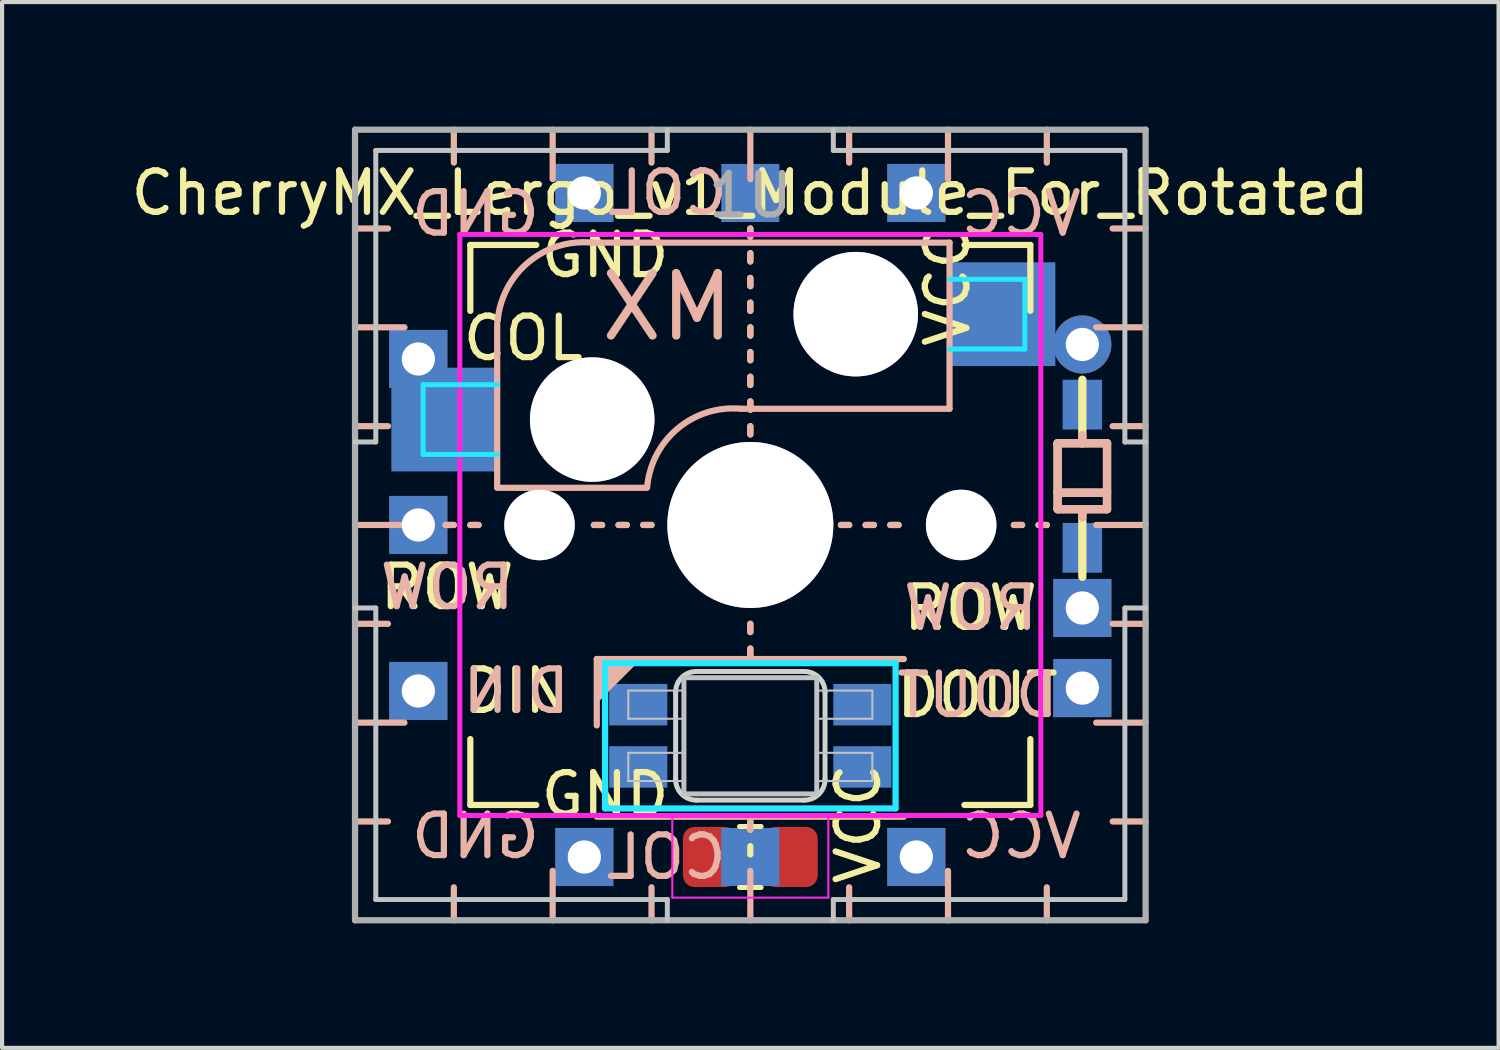
<source format=kicad_pcb>
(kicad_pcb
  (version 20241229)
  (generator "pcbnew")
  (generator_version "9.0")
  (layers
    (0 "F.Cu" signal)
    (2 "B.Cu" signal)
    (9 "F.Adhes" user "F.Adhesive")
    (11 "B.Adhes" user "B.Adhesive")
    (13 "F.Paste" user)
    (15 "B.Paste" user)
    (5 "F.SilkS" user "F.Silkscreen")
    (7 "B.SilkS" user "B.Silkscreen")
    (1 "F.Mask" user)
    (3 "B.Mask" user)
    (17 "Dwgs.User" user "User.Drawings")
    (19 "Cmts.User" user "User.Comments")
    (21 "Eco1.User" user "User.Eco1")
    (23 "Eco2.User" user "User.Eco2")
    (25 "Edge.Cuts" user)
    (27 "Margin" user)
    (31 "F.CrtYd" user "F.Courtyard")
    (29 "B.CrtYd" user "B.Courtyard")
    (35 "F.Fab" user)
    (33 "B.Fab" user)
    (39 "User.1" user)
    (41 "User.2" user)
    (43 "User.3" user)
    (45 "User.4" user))
  (footprint "CherryMX_Lergo_v1_Module_For_Rotated"
    (layer "F.Cu")
    (at 15.03 9.6)
    (property "Reference" "CherryMX_Lergo_v1_Module_For_Rotated" (at 0 -8 0) (unlocked yes) (layer "F.SilkS") (effects (font (size 1 1) (thickness 0.15))))
    (attr through_hole)
    (fp_line (start -7.342 0) (end -7.144 0) (stroke (width 0.15) (type solid)) (layer "F.SilkS"))
    (fp_line (start -6.747 0) (end -6.548 0) (stroke (width 0.15) (type solid)) (layer "F.SilkS"))
    (fp_line (start -6.747 -6.747) (end -5.159 -6.747) (stroke (width 0.15) (type solid)) (layer "F.SilkS"))
    (fp_line (start -6.747 -5.159) (end -6.747 -6.747) (stroke (width 0.15) (type solid)) (layer "F.SilkS"))
    (fp_line (start -6.747 6.747) (end -6.747 5.159) (stroke (width 0.15) (type solid)) (layer "F.SilkS"))
    (fp_line (start -5.159 6.747) (end -6.747 6.747) (stroke (width 0.15) (type solid)) (layer "F.SilkS"))
    (fp_line (start -3.77 0) (end -3.572 0) (stroke (width 0.15) (type solid)) (layer "F.SilkS"))
    (fp_line (start -3.175 0) (end -2.977 0) (stroke (width 0.15) (type solid)) (layer "F.SilkS"))
    (fp_line (start -2.58 0) (end -2.381 0) (stroke (width 0.15) (type solid)) (layer "F.SilkS"))
    (fp_line (start 0 -6.945) (end 0 -7.144) (stroke (width 0.15) (type solid)) (layer "F.SilkS"))
    (fp_line (start 0 -6.35) (end 0 -6.548) (stroke (width 0.15) (type solid)) (layer "F.SilkS"))
    (fp_line (start 0 -5.755) (end 0 -5.953) (stroke (width 0.15) (type solid)) (layer "F.SilkS"))
    (fp_line (start 0 -5.159) (end 0 -5.358) (stroke (width 0.15) (type solid)) (layer "F.SilkS"))
    (fp_line (start 0 -4.564) (end 0 -4.763) (stroke (width 0.15) (type solid)) (layer "F.SilkS"))
    (fp_line (start 0 -3.969) (end 0 -4.167) (stroke (width 0.15) (type solid)) (layer "F.SilkS"))
    (fp_line (start 0 -3.373) (end 0 -3.572) (stroke (width 0.15) (type solid)) (layer "F.SilkS"))
    (fp_line (start 0 -2.778) (end 0 -2.977) (stroke (width 0.15) (type solid)) (layer "F.SilkS"))
    (fp_line (start 0 -2.183) (end 0 -2.381) (stroke (width 0.15) (type solid)) (layer "F.SilkS"))
    (fp_line (start 0 2.58) (end 0 2.381) (stroke (width 0.15) (type solid)) (layer "F.SilkS"))
    (fp_line (start 0 3.175) (end 0 2.977) (stroke (width 0.15) (type solid)) (layer "F.SilkS"))
    (fp_line (start 0 7.342) (end 0 7.144) (stroke (width 0.15) (type solid)) (layer "F.SilkS"))
    (fp_line (start 0 7.938) (end 0 7.739) (stroke (width 0.15) (type solid)) (layer "F.SilkS"))
    (fp_line (start 0.261 7.265) (end -0.261 7.265) (stroke (width 0.12) (type solid)) (layer "F.SilkS"))
    (fp_line (start 0.261 8.735) (end -0.261 8.735) (stroke (width 0.12) (type solid)) (layer "F.SilkS"))
    (fp_line (start 2.183 0) (end 2.381 0) (stroke (width 0.15) (type solid)) (layer "F.SilkS"))
    (fp_line (start 2.778 0) (end 2.977 0) (stroke (width 0.15) (type solid)) (layer "F.SilkS"))
    (fp_line (start 3.373 0) (end 3.572 0) (stroke (width 0.15) (type solid)) (layer "F.SilkS"))
    (fp_line (start 5.159 -6.747) (end 6.747 -6.747) (stroke (width 0.15) (type solid)) (layer "F.SilkS"))
    (fp_line (start 6.35 0) (end 6.548 0) (stroke (width 0.15) (type solid)) (layer "F.SilkS"))
    (fp_line (start 6.747 -6.747) (end 6.747 -5.159) (stroke (width 0.15) (type solid)) (layer "F.SilkS"))
    (fp_line (start 6.747 5.159) (end 6.747 6.747) (stroke (width 0.15) (type solid)) (layer "F.SilkS"))
    (fp_line (start 6.747 6.747) (end 5.159 6.747) (stroke (width 0.15) (type solid)) (layer "F.SilkS"))
    (fp_line (start 6.945 0) (end 7.144 0) (stroke (width 0.15) (type solid)) (layer "F.SilkS"))
    (fp_line (start 7.405 -1.969) (end 8.595 -1.969) (stroke (width 0.2) (type solid)) (layer "F.SilkS"))
    (fp_line (start 7.405 -0.778) (end 8.595 -0.778) (stroke (width 0.2) (type solid)) (layer "F.SilkS"))
    (fp_line (start 7.405 -0.381) (end 7.405 -1.969) (stroke (width 0.2) (type solid)) (layer "F.SilkS"))
    (fp_line (start 8 -1.969) (end 8 -3.5) (stroke (width 0.2) (type solid)) (layer "F.SilkS"))
    (fp_line (start 8 1.25) (end 8 -0.381) (stroke (width 0.2) (type solid)) (layer "F.SilkS"))
    (fp_line (start 8.595 -1.969) (end 8.595 -0.381) (stroke (width 0.2) (type solid)) (layer "F.SilkS"))
    (fp_line (start 8.595 -0.381) (end 7.405 -0.381) (stroke (width 0.2) (type solid)) (layer "F.SilkS"))
    (fp_line (start -8.731 -7.144) (end -9.525 -7.144) (stroke (width 0.15) (type solid)) (layer "B.SilkS"))
    (fp_line (start -8.731 -2.381) (end -9.525 -2.381) (stroke (width 0.15) (type solid)) (layer "B.SilkS"))
    (fp_line (start -8.731 2.381) (end -9.525 2.381) (stroke (width 0.15) (type solid)) (layer "B.SilkS"))
    (fp_line (start -8.731 7.144) (end -9.525 7.144) (stroke (width 0.15) (type solid)) (layer "B.SilkS"))
    (fp_line (start -8.334 -4.763) (end -9.525 -4.763) (stroke (width 0.15) (type solid)) (layer "B.SilkS"))
    (fp_line (start -8.334 0) (end -9.525 0) (stroke (width 0.15) (type solid)) (layer "B.SilkS"))
    (fp_line (start -8.334 4.763) (end -9.525 4.763) (stroke (width 0.15) (type solid)) (layer "B.SilkS"))
    (fp_line (start -7.342 0) (end -7.144 0) (stroke (width 0.15) (type solid)) (layer "B.SilkS"))
    (fp_line (start -7.144 -8.731) (end -7.144 -9.525) (stroke (width 0.15) (type solid)) (layer "B.SilkS"))
    (fp_line (start -7.144 8.731) (end -7.144 9.525) (stroke (width 0.15) (type solid)) (layer "B.SilkS"))
    (fp_line (start -6.747 0) (end -6.548 0) (stroke (width 0.15) (type solid)) (layer "B.SilkS"))
    (fp_line (start -6.1 -4.85) (end -6.1 -0.905) (stroke (width 0.15) (type solid)) (layer "B.SilkS"))
    (fp_line (start -6.1 -0.896) (end -2.49 -0.896) (stroke (width 0.15) (type solid)) (layer "B.SilkS"))
    (fp_line (start -4.763 -8.334) (end -4.763 -9.525) (stroke (width 0.15) (type solid)) (layer "B.SilkS"))
    (fp_line (start -4.763 8.334) (end -4.763 9.525) (stroke (width 0.15) (type solid)) (layer "B.SilkS"))
    (fp_line (start -3.77 0) (end -3.572 0) (stroke (width 0.15) (type solid)) (layer "B.SilkS"))
    (fp_line (start -3.7 4.83) (end -3.7 3.23) (stroke (width 0.15) (type solid)) (layer "B.SilkS"))
    (fp_line (start -3.175 0) (end -2.977 0) (stroke (width 0.15) (type solid)) (layer "B.SilkS"))
    (fp_line (start -2.58 0) (end -2.381 0) (stroke (width 0.15) (type solid)) (layer "B.SilkS"))
    (fp_line (start -2.381 -8.731) (end -2.381 -9.525) (stroke (width 0.15) (type solid)) (layer "B.SilkS"))
    (fp_line (start -2.381 8.731) (end -2.381 9.525) (stroke (width 0.15) (type solid)) (layer "B.SilkS"))
    (fp_line (start 0 -8.334) (end 0 -9.525) (stroke (width 0.15) (type solid)) (layer "B.SilkS"))
    (fp_line (start 0 -6.945) (end 0 -7.144) (stroke (width 0.15) (type solid)) (layer "B.SilkS"))
    (fp_line (start 0 -6.35) (end 0 -6.548) (stroke (width 0.15) (type solid)) (layer "B.SilkS"))
    (fp_line (start 0 -5.755) (end 0 -5.953) (stroke (width 0.15) (type solid)) (layer "B.SilkS"))
    (fp_line (start 0 -5.159) (end 0 -5.358) (stroke (width 0.15) (type solid)) (layer "B.SilkS"))
    (fp_line (start 0 -4.564) (end 0 -4.763) (stroke (width 0.15) (type solid)) (layer "B.SilkS"))
    (fp_line (start 0 -3.969) (end 0 -4.167) (stroke (width 0.15) (type solid)) (layer "B.SilkS"))
    (fp_line (start 0 -3.373) (end 0 -3.572) (stroke (width 0.15) (type solid)) (layer "B.SilkS"))
    (fp_line (start 0 -2.778) (end 0 -2.977) (stroke (width 0.15) (type solid)) (layer "B.SilkS"))
    (fp_line (start 0 -2.183) (end 0 -2.381) (stroke (width 0.15) (type solid)) (layer "B.SilkS"))
    (fp_line (start 0 2.58) (end 0 2.381) (stroke (width 0.15) (type solid)) (layer "B.SilkS"))
    (fp_line (start 0 3.175) (end 0 2.977) (stroke (width 0.15) (type solid)) (layer "B.SilkS"))
    (fp_line (start 0 7.342) (end 0 7.144) (stroke (width 0.15) (type solid)) (layer "B.SilkS"))
    (fp_line (start 0 8.334) (end 0 9.525) (stroke (width 0.15) (type solid)) (layer "B.SilkS"))
    (fp_line (start 2.183 0) (end 2.381 0) (stroke (width 0.15) (type solid)) (layer "B.SilkS"))
    (fp_line (start 2.381 -8.731) (end 2.381 -9.525) (stroke (width 0.15) (type solid)) (layer "B.SilkS"))
    (fp_line (start 2.381 8.731) (end 2.381 9.525) (stroke (width 0.15) (type solid)) (layer "B.SilkS"))
    (fp_line (start 2.778 0) (end 2.977 0) (stroke (width 0.15) (type solid)) (layer "B.SilkS"))
    (fp_line (start 3.373 0) (end 3.572 0) (stroke (width 0.15) (type solid)) (layer "B.SilkS"))
    (fp_line (start 3.7 3.23) (end -3.7 3.23) (stroke (width 0.15) (type solid)) (layer "B.SilkS"))
    (fp_line (start 3.7 7.03) (end -3.7 7.03) (stroke (width 0.15) (type solid)) (layer "B.SilkS"))
    (fp_line (start 4.763 -8.334) (end 4.763 -9.525) (stroke (width 0.15) (type solid)) (layer "B.SilkS"))
    (fp_line (start 4.763 8.334) (end 4.763 9.525) (stroke (width 0.15) (type solid)) (layer "B.SilkS"))
    (fp_line (start 4.8 -6.804) (end -3.825 -6.804) (stroke (width 0.15) (type solid)) (layer "B.SilkS"))
    (fp_line (start 4.8 -2.8) (end -0.225 -2.8) (stroke (width 0.15) (type solid)) (layer "B.SilkS"))
    (fp_line (start 4.8 -2.8) (end 4.8 -6.804) (stroke (width 0.15) (type solid)) (layer "B.SilkS"))
    (fp_line (start 6.35 0) (end 6.548 0) (stroke (width 0.15) (type solid)) (layer "B.SilkS"))
    (fp_line (start 6.945 0) (end 7.144 0) (stroke (width 0.15) (type solid)) (layer "B.SilkS"))
    (fp_line (start 7.144 -8.731) (end 7.144 -9.525) (stroke (width 0.15) (type solid)) (layer "B.SilkS"))
    (fp_line (start 7.144 8.731) (end 7.144 9.525) (stroke (width 0.15) (type solid)) (layer "B.SilkS"))
    (fp_line (start 7.405 -1.969) (end 7.405 -0.381) (stroke (width 0.2) (type solid)) (layer "B.SilkS"))
    (fp_line (start 7.405 -0.381) (end 8.595 -0.381) (stroke (width 0.2) (type solid)) (layer "B.SilkS"))
    (fp_line (start 8 -1.969) (end 8 -2.167) (stroke (width 0.2) (type solid)) (layer "B.SilkS"))
    (fp_line (start 8 -0.183) (end 8 -0.381) (stroke (width 0.2) (type solid)) (layer "B.SilkS"))
    (fp_line (start 8.334 -4.763) (end 9.525 -4.763) (stroke (width 0.15) (type solid)) (layer "B.SilkS"))
    (fp_line (start 8.334 0) (end 9.525 0) (stroke (width 0.15) (type solid)) (layer "B.SilkS"))
    (fp_line (start 8.334 4.763) (end 9.525 4.763) (stroke (width 0.15) (type solid)) (layer "B.SilkS"))
    (fp_line (start 8.595 -1.969) (end 7.405 -1.969) (stroke (width 0.2) (type solid)) (layer "B.SilkS"))
    (fp_line (start 8.595 -0.778) (end 7.405 -0.778) (stroke (width 0.2) (type solid)) (layer "B.SilkS"))
    (fp_line (start 8.595 -0.381) (end 8.595 -1.969) (stroke (width 0.2) (type solid)) (layer "B.SilkS"))
    (fp_line (start 8.731 -7.144) (end 9.525 -7.144) (stroke (width 0.15) (type solid)) (layer "B.SilkS"))
    (fp_line (start 8.731 -2.381) (end 9.525 -2.381) (stroke (width 0.15) (type solid)) (layer "B.SilkS"))
    (fp_line (start 8.731 2.381) (end 9.525 2.381) (stroke (width 0.15) (type solid)) (layer "B.SilkS"))
    (fp_line (start 8.731 7.144) (end 9.525 7.144) (stroke (width 0.15) (type solid)) (layer "B.SilkS"))
    (fp_arc (start -6.089 -4.92) (mid -5.347189 -6.33089) (end -3.825 -6.804) (stroke (width 0.15) (type solid)) (layer "B.SilkS"))
    (fp_arc (start -2.485 -0.92) (mid -1.744361 -2.328061) (end -0.225 -2.8) (stroke (width 0.15) (type solid)) (layer "B.SilkS"))
    (fp_poly (pts (xy -3.699 4.23) (xy -2.7 3.23) (xy -3.7 3.23)) (stroke (width 0.1) (type solid)) (fill yes) (layer "B.SilkS"))
    (fp_line (start -9.025 -9.025) (end -2 -9.025) (stroke (width 0.12) (type solid)) (layer "Dwgs.User"))
    (fp_line (start -9.025 -2) (end -9.525 -2) (stroke (width 0.12) (type solid)) (layer "Dwgs.User"))
    (fp_line (start -9.025 -2) (end -9.025 -9.025) (stroke (width 0.12) (type solid)) (layer "Dwgs.User"))
    (fp_line (start -9.025 2) (end -9.525 2) (stroke (width 0.12) (type solid)) (layer "Dwgs.User"))
    (fp_line (start -9.025 9.025) (end -9.025 2) (stroke (width 0.12) (type solid)) (layer "Dwgs.User"))
    (fp_line (start -2.94 3.99) (end -1.6 3.99) (stroke (width 0.05) (type solid)) (layer "Dwgs.User"))
    (fp_line (start -2.94 4.67) (end -2.94 3.99) (stroke (width 0.05) (type solid)) (layer "Dwgs.User"))
    (fp_line (start -2.94 5.49) (end -2.94 6.17) (stroke (width 0.05) (type solid)) (layer "Dwgs.User"))
    (fp_line (start -2.94 5.49) (end -1.6 5.49) (stroke (width 0.05) (type solid)) (layer "Dwgs.User"))
    (fp_line (start -2 -9.025) (end -2 -9.525) (stroke (width 0.12) (type solid)) (layer "Dwgs.User"))
    (fp_line (start -2 9.025) (end -9.025 9.025) (stroke (width 0.12) (type solid)) (layer "Dwgs.User"))
    (fp_line (start -2 9.025) (end -2 9.525) (stroke (width 0.12) (type solid)) (layer "Dwgs.User"))
    (fp_line (start -1.6 3.68) (end -1.6 6.48) (stroke (width 0.12) (type solid)) (layer "Dwgs.User"))
    (fp_line (start -1.6 4.67) (end -2.94 4.67) (stroke (width 0.05) (type solid)) (layer "Dwgs.User"))
    (fp_line (start -1.6 6.17) (end -2.94 6.17) (stroke (width 0.05) (type solid)) (layer "Dwgs.User"))
    (fp_line (start -1.6 6.48) (end 1.6 6.48) (stroke (width 0.12) (type solid)) (layer "Dwgs.User"))
    (fp_line (start 1.6 3.68) (end -1.6 3.68) (stroke (width 0.12) (type solid)) (layer "Dwgs.User"))
    (fp_line (start 1.6 4.67) (end 2.94 4.67) (stroke (width 0.05) (type solid)) (layer "Dwgs.User"))
    (fp_line (start 1.6 6.17) (end 2.94 6.17) (stroke (width 0.05) (type solid)) (layer "Dwgs.User"))
    (fp_line (start 1.6 6.48) (end 1.6 3.68) (stroke (width 0.12) (type solid)) (layer "Dwgs.User"))
    (fp_line (start 2 -9.025) (end 2 -9.525) (stroke (width 0.12) (type solid)) (layer "Dwgs.User"))
    (fp_line (start 2 -9.025) (end 9.025 -9.025) (stroke (width 0.12) (type solid)) (layer "Dwgs.User"))
    (fp_line (start 2 9.025) (end 2 9.525) (stroke (width 0.12) (type solid)) (layer "Dwgs.User"))
    (fp_line (start 2.94 3.99) (end 1.6 3.99) (stroke (width 0.05) (type solid)) (layer "Dwgs.User"))
    (fp_line (start 2.94 4.67) (end 2.94 3.99) (stroke (width 0.05) (type solid)) (layer "Dwgs.User"))
    (fp_line (start 2.94 5.49) (end 1.6 5.49) (stroke (width 0.05) (type solid)) (layer "Dwgs.User"))
    (fp_line (start 2.94 5.49) (end 2.94 6.17) (stroke (width 0.05) (type solid)) (layer "Dwgs.User"))
    (fp_line (start 9.025 -9.025) (end 9.025 -2) (stroke (width 0.12) (type solid)) (layer "Dwgs.User"))
    (fp_line (start 9.025 -2) (end 9.525 -2) (stroke (width 0.12) (type solid)) (layer "Dwgs.User"))
    (fp_line (start 9.025 2) (end 9.025 9.025) (stroke (width 0.12) (type solid)) (layer "Dwgs.User"))
    (fp_line (start 9.025 2) (end 9.525 2) (stroke (width 0.12) (type solid)) (layer "Dwgs.User"))
    (fp_line (start 9.025 9.025) (end 2 9.025) (stroke (width 0.12) (type solid)) (layer "Dwgs.User"))
    (fp_line (start -1.8 4.03) (end -1.8 6.13) (stroke (width 0.12) (type solid)) (layer "Edge.Cuts"))
    (fp_line (start -1.3 6.63) (end 1.3 6.63) (stroke (width 0.12) (type solid)) (layer "Edge.Cuts"))
    (fp_line (start 1.3 3.53) (end -1.3 3.53) (stroke (width 0.12) (type solid)) (layer "Edge.Cuts"))
    (fp_line (start 1.8 6.13) (end 1.8 4.03) (stroke (width 0.12) (type solid)) (layer "Edge.Cuts"))
    (fp_arc (start -1.8 4.03) (mid -1.653553 3.676447) (end -1.3 3.53) (stroke (width 0.12) (type solid)) (layer "Edge.Cuts"))
    (fp_arc (start -1.3 6.63) (mid -1.653553 6.483553) (end -1.8 6.13) (stroke (width 0.12) (type solid)) (layer "Edge.Cuts"))
    (fp_arc (start 1.3 3.53) (mid 1.653553 3.676447) (end 1.8 4.03) (stroke (width 0.12) (type solid)) (layer "Edge.Cuts"))
    (fp_arc (start 1.8 6.13) (mid 1.653553 6.483553) (end 1.3 6.63) (stroke (width 0.12) (type solid)) (layer "Edge.Cuts"))
    (fp_line (start -7.885 -3.38) (end -7.885 -1.7) (stroke (width 0.12) (type solid)) (layer "B.CrtYd"))
    (fp_line (start -7.885 -3.38) (end -6.1 -3.38) (stroke (width 0.12) (type solid)) (layer "B.CrtYd"))
    (fp_line (start -7.885 -1.7) (end -6.1 -1.7) (stroke (width 0.12) (type solid)) (layer "B.CrtYd"))
    (fp_line (start -3.5 3.33) (end -3.5 6.83) (stroke (width 0.15) (type solid)) (layer "B.CrtYd"))
    (fp_line (start -3.5 6.83) (end 3.5 6.83) (stroke (width 0.15) (type solid)) (layer "B.CrtYd"))
    (fp_line (start 3.5 3.33) (end -3.5 3.33) (stroke (width 0.15) (type solid)) (layer "B.CrtYd"))
    (fp_line (start 3.5 6.83) (end 3.5 3.33) (stroke (width 0.15) (type solid)) (layer "B.CrtYd"))
    (fp_line (start 4.8 -5.92) (end 6.615 -5.92) (stroke (width 0.12) (type solid)) (layer "B.CrtYd"))
    (fp_line (start 6.615 -5.92) (end 6.615 -4.24) (stroke (width 0.12) (type solid)) (layer "B.CrtYd"))
    (fp_line (start 6.615 -4.24) (end 4.8 -4.24) (stroke (width 0.12) (type solid)) (layer "B.CrtYd"))
    (fp_line (start -7 -7) (end 7 -7) (stroke (width 0.12) (type solid)) (layer "F.CrtYd"))
    (fp_line (start -7 7) (end -7 -7) (stroke (width 0.12) (type solid)) (layer "F.CrtYd"))
    (fp_line (start -1.88 7.02) (end 1.88 7.02) (stroke (width 0.05) (type solid)) (layer "F.CrtYd"))
    (fp_line (start -1.88 8.98) (end -1.88 7.02) (stroke (width 0.05) (type solid)) (layer "F.CrtYd"))
    (fp_line (start 1.88 7.02) (end 1.88 8.98) (stroke (width 0.05) (type solid)) (layer "F.CrtYd"))
    (fp_line (start 1.88 8.98) (end -1.88 8.98) (stroke (width 0.05) (type solid)) (layer "F.CrtYd"))
    (fp_line (start 7 -7) (end 7 7) (stroke (width 0.12) (type solid)) (layer "F.CrtYd"))
    (fp_line (start 7 7) (end -7 7) (stroke (width 0.12) (type solid)) (layer "F.CrtYd"))
    (fp_line (start -9.525 -9.525) (end 9.525 -9.525) (stroke (width 0.15) (type solid)) (layer "F.Fab"))
    (fp_line (start -9.525 9.525) (end -9.525 -9.525) (stroke (width 0.15) (type solid)) (layer "F.Fab"))
    (fp_line (start 9.525 -9.525) (end 9.525 9.525) (stroke (width 0.15) (type solid)) (layer "F.Fab"))
    (fp_line (start 9.525 9.525) (end -9.525 9.525) (stroke (width 0.15) (type solid)) (layer "F.Fab"))
    (fp_text user "ROW" (at 7 2 0) (unlocked yes) (layer "F.SilkS") (effects (font (size 1 1) (thickness 0.15)) (justify right)))
    (fp_text user "COL" (at -7 -4.5 0) (unlocked yes) (layer "F.SilkS") (effects (font (size 1 1) (thickness 0.15)) (justify left)))
    (fp_text user "VCC" (at 4.75 -5.75 90) (unlocked yes) (layer "F.SilkS") (effects (font (size 1 1) (thickness 0.15))))
    (fp_text user "ROW" (at -9 1.5 0) (unlocked yes) (layer "F.SilkS") (effects (font (size 1 1) (thickness 0.15)) (justify left)))
    (fp_text user "DIN" (at -7 4 0) (unlocked yes) (layer "F.SilkS") (effects (font (size 1 1) (thickness 0.15)) (justify left)))
    (fp_text user "GND" (at -3.5 6.5 0) (unlocked yes) (layer "F.SilkS") (effects (font (size 1 1) (thickness 0.15))))
    (fp_text user "DOUT" (at 7.5 4.1 0) (unlocked yes) (layer "F.SilkS") (effects (font (size 1 1) (thickness 0.15)) (justify right)))
    (fp_text user "GND" (at -3.5 -6.5 0) (unlocked yes) (layer "F.SilkS") (effects (font (size 1 1) (thickness 0.15))))
    (fp_text user "VCC" (at 2.6 7.2 90) (unlocked yes) (layer "F.SilkS") (effects (font (size 1 1) (thickness 0.15))))
    (fp_text user "GND" (at -5 7.5 0) (unlocked yes) (layer "B.SilkS") (effects (font (size 1 1) (thickness 0.15)) (justify left mirror)))
    (fp_text user "ROW" (at 7 2 0) (unlocked yes) (layer "B.SilkS") (effects (font (size 1 1) (thickness 0.15)) (justify left mirror)))
    (fp_text user "DOUT" (at 7.5 4.1 0) (unlocked yes) (layer "B.SilkS") (effects (font (size 1 1) (thickness 0.15)) (justify left mirror)))
    (fp_text user "VCC" (at 5 -7.5 0) (unlocked yes) (layer "B.SilkS") (effects (font (size 1 1) (thickness 0.15)) (justify right mirror)))
    (fp_text user "MX" (at -2 -5.25 0) (unlocked yes) (layer "B.SilkS") (effects (font (size 1.5 1.5) (thickness 0.2)) (justify mirror)))
    (fp_text user "COL" (at -2 -8 0) (unlocked yes) (layer "B.SilkS") (effects (font (size 1 1) (thickness 0.15)) (justify mirror)))
    (fp_text user "GND" (at -5 -7.5 0) (unlocked yes) (layer "B.SilkS") (effects (font (size 1 1) (thickness 0.15)) (justify left mirror)))
    (fp_text user "COL" (at -0.5 8 0) (unlocked yes) (layer "B.SilkS") (effects (font (size 1 1) (thickness 0.15)) (justify left mirror)))
    (fp_text user "ROW" (at -9 1.5 0) (unlocked yes) (layer "B.SilkS") (effects (font (size 1 1) (thickness 0.15)) (justify right mirror)))
    (fp_text user "DIN" (at -7 4 0) (unlocked yes) (layer "B.SilkS") (effects (font (size 1 1) (thickness 0.15)) (justify right mirror)))
    (fp_text user "VCC" (at 5 7.5 0) (unlocked yes) (layer "B.SilkS") (effects (font (size 1 1) (thickness 0.15)) (justify right mirror)))
    (fp_text user "1U" (at 0 -7.938 0) (layer "F.Fab") (effects (font (size 1 1) (thickness 0.15))))
    (pad "1" smd roundrect (at 0.975 8 180) (size 1.3 1.45) (layers "F.Cu" "F.Mask" "F.Paste") (roundrect_rratio 0.213))
    (pad "1" smd rect (at 2.7 5.83 180) (size 1.4 1) (layers "B.Cu" "B.Mask" "B.Paste"))
    (pad "1" thru_hole rect (at 4 -8 90) (size 1.4 1.4) (drill 0.8) (layers "*.Cu" "*.Mask"))
    (pad "1" thru_hole rect (at 4 8 90) (size 1.4 1.4) (drill 0.8) (layers "*.Cu" "*.Mask"))
    (pad "2" smd rect (at 2.7 4.33 180) (size 1.4 1) (layers "B.Cu" "B.Mask" "B.Paste"))
    (pad "2" thru_hole rect (at 8 3.93 90) (size 1.4 1.4) (drill 0.8) (layers "*.Cu" "*.Mask"))
    (pad "3" thru_hole circle (at -5.08 0) (size 1.7 1.7) (drill 1.7) (layers "*.Cu" "*.Mask"))
    (pad "3" thru_hole rect (at -4 -8 90) (size 1.4 1.4) (drill 0.8) (layers "*.Cu" "*.Mask"))
    (pad "3" thru_hole rect (at -4 8 90) (size 1.4 1.4) (drill 0.8) (layers "*.Cu" "*.Mask"))
    (pad "3" thru_hole circle (at -3.81 -2.54 180) (size 3 3) (drill 3) (layers "*.Cu" "*.Mask"))
    (pad "3" smd rect (at -2.7 4.33 180) (size 1.4 1) (layers "B.Cu" "B.Mask" "B.Paste"))
    (pad "3" smd roundrect (at -0.975 8 180) (size 1.3 1.45) (layers "F.Cu" "F.Mask" "F.Paste") (roundrect_rratio 0.213))
    (pad "3" thru_hole circle (at 0 0 90) (size 4 4) (drill 4) (layers "*.Cu" "*.Mask"))
    (pad "3" thru_hole circle (at 2.54 -5.08 180) (size 3 3) (drill 3) (layers "*.Cu" "*.Mask"))
    (pad "3" thru_hole circle (at 5.08 0) (size 1.7 1.7) (drill 1.7) (layers "*.Cu" "*.Mask"))
    (pad "4" thru_hole rect (at -8 4 90) (size 1.4 1.4) (drill 0.8) (layers "*.Cu" "*.Mask"))
    (pad "4" smd rect (at -2.7 5.83 180) (size 1.4 1) (layers "B.Cu" "B.Mask" "B.Paste"))
    (pad "5" thru_hole rect (at -8 -4 90) (size 1.4 1.4) (drill 0.8) (layers "*.Cu" "*.Mask"))
    (pad "5" smd rect (at -7.375 -2.54) (size 2.55 2.5) (layers "B.Cu" "B.Mask" "B.Paste"))
    (pad "5" smd rect (at 0 -8 90) (size 1.4 1.4) (layers "B.Cu" "B.Mask"))
    (pad "5" smd rect (at 0 8 90) (size 1.4 1.4) (layers "B.Cu" "B.Mask"))
    (pad "6" smd rect (at 6.075 -5.08) (size 2.55 2.5) (layers "B.Cu" "B.Mask" "B.Paste"))
    (pad "6" thru_hole circle (at 8 -4.35 90) (size 1.4 1.4) (drill 0.8) (layers "*.Cu" "*.Mask"))
    (pad "6" smd rect (at 8 -2.9 90) (size 1.2 0.95) (layers "B.Cu" "B.Mask" "B.Paste"))
    (pad "7" thru_hole rect (at -8 0 90) (size 1.4 1.4) (drill 0.8) (layers "*.Cu" "*.Mask"))
    (pad "7" smd rect (at 8 0.55 90) (size 1.2 0.95) (layers "B.Cu" "B.Mask" "B.Paste"))
    (pad "7" thru_hole rect (at 8 2 90) (size 1.4 1.4) (drill 0.8) (layers "*.Cu" "*.Mask")))
  (gr_rect
    (start -3 -3)
    (end 33.06 22.2)
    (stroke (width 0.1) (type default))
    (fill no)
    (layer "Edge.Cuts")))
</source>
